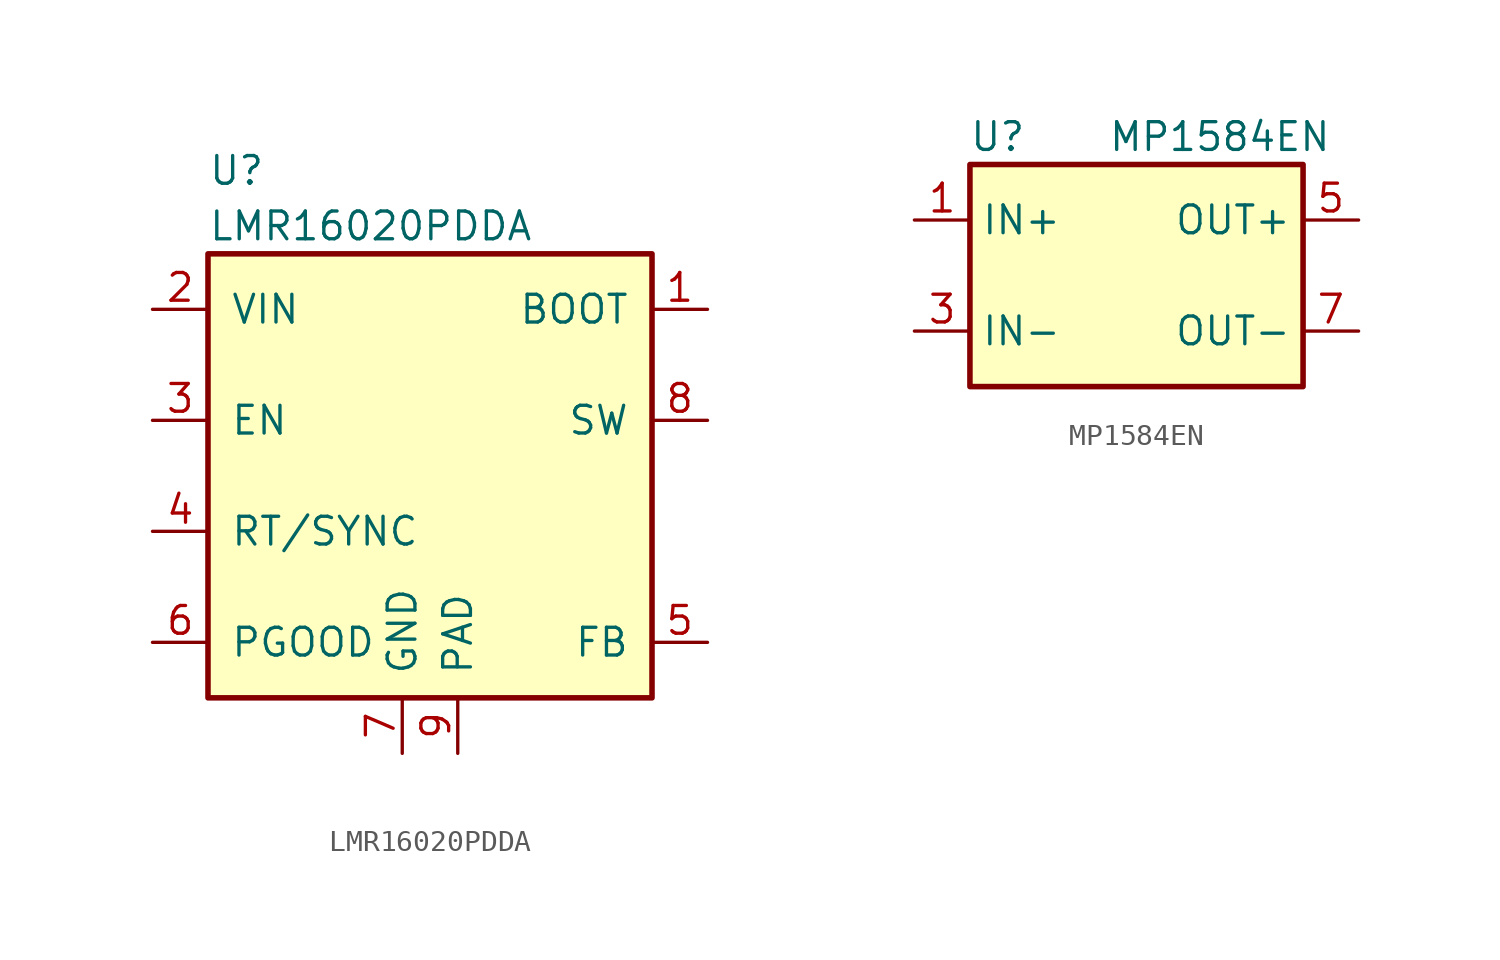
<source format=kicad_sym>
(kicad_symbol_lib
  (version 20220914)
  (generator kicad_symbol_editor)
  (symbol "LMR16020PDDA"
    (pin_names
      (offset 1.016))
    (property "Reference" "U"
      (at -10.16 13.97 0)
      (effects (font (size 1.27 1.27)) (justify left)))
    (property "Value" "LMR16020PDDA"
      (at -10.16 11.43 0)
      (effects (font (size 1.27 1.27)) (justify left)))
    (symbol "LMR16020PDDA_0_1"
      (rectangle (start -10.16 10.16) (end 10.16 -10.16) (stroke (width 0.254) (type default)) (fill (type background))))
    (symbol "LMR16020PDDA_1_1"
      (pin input line (at 12.7 7.62 180) (length 2.54) (name "BOOT" (effects (font (size 1.27 1.27)))) (number "1" (effects (font (size 1.27 1.27)))))
      (pin power_in line (at -12.7 7.62 0) (length 2.54) (name "VIN" (effects (font (size 1.27 1.27)))) (number "2" (effects (font (size 1.27 1.27)))))
      (pin input line (at -12.7 2.54 0) (length 2.54) (name "EN" (effects (font (size 1.27 1.27)))) (number "3" (effects (font (size 1.27 1.27)))))
      (pin input line (at -12.7 -2.54 0) (length 2.54) (name "RT/SYNC" (effects (font (size 1.27 1.27)))) (number "4" (effects (font (size 1.27 1.27)))))
      (pin input line (at 12.7 -7.62 180) (length 2.54) (name "FB" (effects (font (size 1.27 1.27)))) (number "5" (effects (font (size 1.27 1.27)))))
      (pin output line (at -12.7 -7.62 0) (length 2.54) (name "PGOOD" (effects (font (size 1.27 1.27)))) (number "6" (effects (font (size 1.27 1.27)))))
      (pin power_in line (at -1.27 -12.7 90) (length 2.54) (name "GND" (effects (font (size 1.27 1.27)))) (number "7" (effects (font (size 1.27 1.27)))))
      (pin output line (at 12.7 2.54 180) (length 2.54) (name "SW" (effects (font (size 1.27 1.27)))) (number "8" (effects (font (size 1.27 1.27)))))
      (pin passive line (at 1.27 -12.7 90) (length 2.54) (name "PAD" (effects (font (size 1.27 1.27)))) (number "9" (effects (font (size 1.27 1.27)))))))
  (symbol "MP1584EN"
    (property "Reference" "U"
      (at -6.35 6.35 0)
      (effects (font (size 1.27 1.27))))
    (property "Value" "MP1584EN"
      (at 3.81 6.35 0)
      (effects (font (size 1.27 1.27))))
    (symbol "MP1584EN_0_0"
      (pin power_out line (at 10.16 -2.54 180) (length 2.54) (name "OUT-" (effects (font (size 1.27 1.27)))) (number "7" (effects (font (size 1.27 1.27)))))
      (pin power_out line (at 10.16 -2.54 180) (length 2.54) hide (name "OUT-" (effects (font (size 1.27 1.27)))) (number "8" (effects (font (size 1.27 1.27))))))
    (symbol "MP1584EN_0_1"
      (rectangle (start -7.62 5.08) (end 7.62 -5.08) (stroke (width 0.254) (type default)) (fill (type background))))
    (symbol "MP1584EN_1_1"
      (pin power_in line (at -10.16 2.54 0) (length 2.54) (name "IN+" (effects (font (size 1.27 1.27)))) (number "1" (effects (font (size 1.27 1.27)))))
      (pin power_in line (at -10.16 2.54 0) (length 2.54) hide (name "IN+" (effects (font (size 1.27 1.27)))) (number "2" (effects (font (size 1.27 1.27)))))
      (pin power_in line (at -10.16 -2.54 0) (length 2.54) (name "IN-" (effects (font (size 1.27 1.27)))) (number "3" (effects (font (size 1.27 1.27)))))
      (pin power_in line (at -10.16 -2.54 0) (length 2.54) hide (name "IN-" (effects (font (size 1.27 1.27)))) (number "4" (effects (font (size 1.27 1.27)))))
      (pin power_out line (at 10.16 2.54 180) (length 2.54) (name "OUT+" (effects (font (size 1.27 1.27)))) (number "5" (effects (font (size 1.27 1.27)))))
      (pin power_out line (at 10.16 2.54 180) (length 2.54) hide (name "OUT+" (effects (font (size 1.27 1.27)))) (number "6" (effects (font (size 1.27 1.27))))))))
</source>
